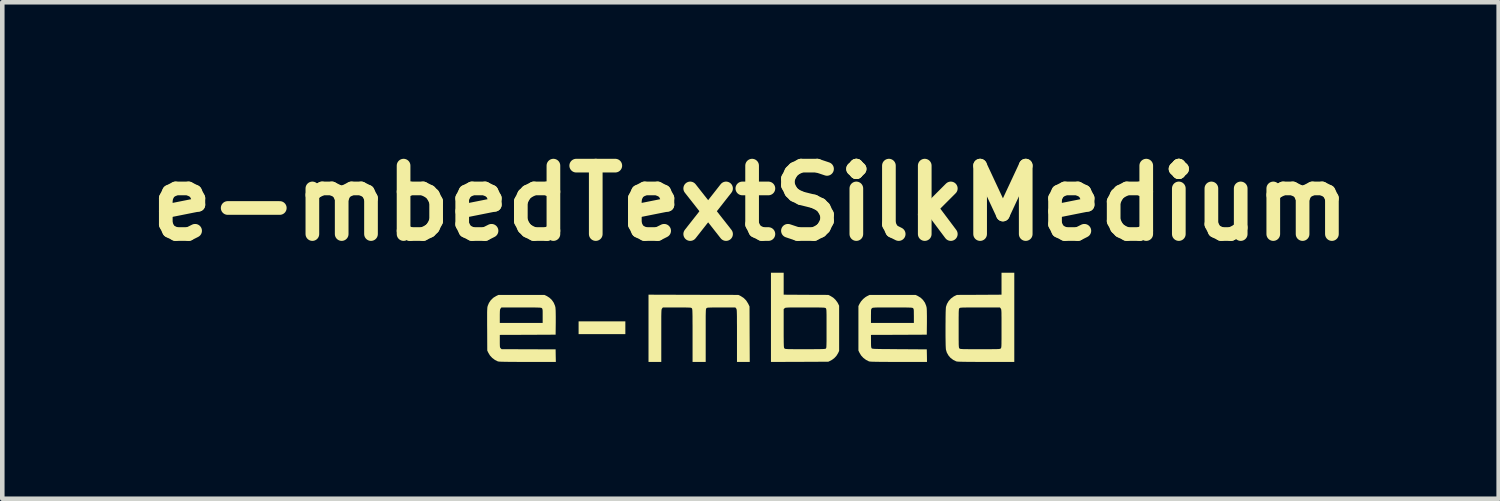
<source format=kicad_pcb>
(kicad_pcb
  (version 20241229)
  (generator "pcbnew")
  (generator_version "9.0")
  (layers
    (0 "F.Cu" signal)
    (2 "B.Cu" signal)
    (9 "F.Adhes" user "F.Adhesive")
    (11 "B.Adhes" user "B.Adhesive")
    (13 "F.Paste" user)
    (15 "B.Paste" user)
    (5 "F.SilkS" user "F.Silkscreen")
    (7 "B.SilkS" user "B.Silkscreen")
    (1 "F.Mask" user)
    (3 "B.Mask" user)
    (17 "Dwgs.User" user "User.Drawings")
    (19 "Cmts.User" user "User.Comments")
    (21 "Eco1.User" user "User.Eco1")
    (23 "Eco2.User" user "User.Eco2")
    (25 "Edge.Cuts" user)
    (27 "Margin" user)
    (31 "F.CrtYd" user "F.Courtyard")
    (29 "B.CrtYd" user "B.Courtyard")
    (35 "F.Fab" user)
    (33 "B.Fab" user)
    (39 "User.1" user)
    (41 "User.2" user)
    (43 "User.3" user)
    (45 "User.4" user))
  (footprint "e-mbedTextSilkMedium"
    (layer "F.Cu")
    (at 13.407 3.904)
    (property "Reference" "e-mbedTextSilkMedium" (at 0 -2.5 0) (layer "F.SilkS") (effects (font (size 1.5 1.5) (thickness 0.3))))
    (attr board_only exclude_from_pos_files exclude_from_bom)
    (fp_poly (pts (xy -2.744 0.233) (xy -2.744 0.373) (xy -3.257 0.373) (xy -3.769 0.373) (xy -3.769 0.233) (xy -3.769 0.093) (xy -3.257 0.093) (xy -2.744 0.093)) (stroke (width 0) (type solid)) (fill yes) (layer "F.SilkS"))
    (fp_poly (pts (xy -4.472 -0.465) (xy -4.409 -0.426) (xy -4.355 -0.375) (xy -4.314 -0.315) (xy -4.286 -0.248) (xy -4.277 -0.212) (xy -4.275 -0.185) (xy -4.272 -0.142) (xy -4.271 -0.084) (xy -4.27 -0.014) (xy -4.27 0.068) (xy -4.27 0.114) (xy -4.273 0.385) (xy -4.885 0.388) (xy -5.497 0.39) (xy -5.497 0.528) (xy -5.497 0.579) (xy -5.496 0.617) (xy -5.495 0.642) (xy -5.492 0.66) (xy -5.488 0.671) (xy -5.483 0.679) (xy -5.477 0.684) (xy -5.458 0.703) (xy -4.865 0.705) (xy -4.273 0.707) (xy -4.271 0.845) (xy -4.268 0.982) (xy -4.889 0.982) (xy -5.012 0.982) (xy -5.12 0.982) (xy -5.212 0.981) (xy -5.291 0.981) (xy -5.357 0.98) (xy -5.411 0.979) (xy -5.454 0.978) (xy -5.487 0.977) (xy -5.512 0.975) (xy -5.529 0.973) (xy -5.539 0.971) (xy -5.54 0.971) (xy -5.604 0.939) (xy -5.663 0.895) (xy -5.713 0.841) (xy -5.749 0.781) (xy -5.772 0.733) (xy -5.774 0.268) (xy -5.775 0.166) (xy -5.775 0.079) (xy -5.775 0.006) (xy -5.775 -0.02) (xy -5.497 -0.02) (xy -5.497 0.127) (xy -5.027 0.127) (xy -4.557 0.127) (xy -4.557 -0.025) (xy -4.557 -0.08) (xy -4.557 -0.12) (xy -4.558 -0.149) (xy -4.561 -0.168) (xy -4.564 -0.181) (xy -4.569 -0.19) (xy -4.574 -0.195) (xy -4.578 -0.199) (xy -4.583 -0.202) (xy -4.591 -0.204) (xy -4.603 -0.206) (xy -4.621 -0.208) (xy -4.646 -0.209) (xy -4.678 -0.21) (xy -4.721 -0.211) (xy -4.775 -0.211) (xy -4.841 -0.212) (xy -4.921 -0.212) (xy -5.017 -0.212) (xy -5.026 -0.212) (xy -5.462 -0.212) (xy -5.479 -0.189) (xy -5.486 -0.18) (xy -5.49 -0.169) (xy -5.493 -0.154) (xy -5.495 -0.131) (xy -5.496 -0.099) (xy -5.497 -0.054) (xy -5.497 -0.02) (xy -5.775 -0.02) (xy -5.775 -0.054) (xy -5.775 -0.103) (xy -5.774 -0.143) (xy -5.772 -0.174) (xy -5.771 -0.198) (xy -5.769 -0.217) (xy -5.766 -0.231) (xy -5.763 -0.244) (xy -5.763 -0.244) (xy -5.735 -0.311) (xy -5.694 -0.372) (xy -5.64 -0.424) (xy -5.578 -0.463) (xy -5.574 -0.464) (xy -5.526 -0.487) (xy -5.022 -0.487) (xy -4.518 -0.487)) (stroke (width 0) (type solid)) (fill yes) (layer "F.SilkS"))
    (fp_poly (pts (xy -1.251 -0.489) (xy -0.266 -0.487) (xy -0.211 -0.46) (xy -0.149 -0.42) (xy -0.096 -0.367) (xy -0.054 -0.301) (xy -0.048 -0.29) (xy -0.021 -0.233) (xy -0.019 0.375) (xy -0.016 0.982) (xy -0.156 0.982) (xy -0.296 0.982) (xy -0.296 0.408) (xy -0.296 0.295) (xy -0.296 0.198) (xy -0.297 0.116) (xy -0.297 0.047) (xy -0.297 -0.011) (xy -0.298 -0.057) (xy -0.299 -0.094) (xy -0.3 -0.123) (xy -0.301 -0.144) (xy -0.303 -0.16) (xy -0.305 -0.171) (xy -0.307 -0.179) (xy -0.31 -0.184) (xy -0.314 -0.189) (xy -0.314 -0.189) (xy -0.332 -0.212) (xy -0.64 -0.212) (xy -0.721 -0.212) (xy -0.786 -0.212) (xy -0.838 -0.211) (xy -0.878 -0.21) (xy -0.907 -0.209) (xy -0.929 -0.208) (xy -0.944 -0.206) (xy -0.954 -0.203) (xy -0.96 -0.199) (xy -0.965 -0.195) (xy -0.966 -0.195) (xy -0.969 -0.191) (xy -0.972 -0.186) (xy -0.974 -0.179) (xy -0.976 -0.169) (xy -0.978 -0.154) (xy -0.979 -0.132) (xy -0.98 -0.104) (xy -0.981 -0.067) (xy -0.982 -0.021) (xy -0.982 0.036) (xy -0.982 0.105) (xy -0.982 0.187) (xy -0.982 0.284) (xy -0.982 0.396) (xy -0.982 0.402) (xy -0.982 0.982) (xy -1.126 0.982) (xy -1.27 0.982) (xy -1.27 0.402) (xy -1.27 0.289) (xy -1.27 0.192) (xy -1.271 0.109) (xy -1.271 0.039) (xy -1.271 -0.019) (xy -1.272 -0.065) (xy -1.273 -0.103) (xy -1.274 -0.131) (xy -1.275 -0.153) (xy -1.277 -0.168) (xy -1.279 -0.179) (xy -1.281 -0.186) (xy -1.284 -0.191) (xy -1.287 -0.195) (xy -1.287 -0.195) (xy -1.292 -0.199) (xy -1.299 -0.203) (xy -1.308 -0.206) (xy -1.323 -0.208) (xy -1.344 -0.209) (xy -1.373 -0.21) (xy -1.413 -0.211) (xy -1.464 -0.212) (xy -1.528 -0.212) (xy -1.608 -0.212) (xy -1.613 -0.212) (xy -1.921 -0.212) (xy -1.939 -0.189) (xy -1.942 -0.185) (xy -1.945 -0.179) (xy -1.948 -0.172) (xy -1.95 -0.161) (xy -1.952 -0.146) (xy -1.953 -0.125) (xy -1.954 -0.098) (xy -1.955 -0.062) (xy -1.956 -0.016) (xy -1.956 0.039) (xy -1.956 0.107) (xy -1.956 0.188) (xy -1.956 0.283) (xy -1.956 0.394) (xy -1.956 0.408) (xy -1.956 0.982) (xy -2.096 0.982) (xy -2.236 0.982) (xy -2.236 0.245) (xy -2.236 -0.492)) (stroke (width 0) (type solid)) (fill yes) (layer "F.SilkS"))
    (fp_poly (pts (xy 0.728 -0.733) (xy 0.728 -0.492) (xy 1.217 -0.489) (xy 1.707 -0.487) (xy 1.757 -0.462) (xy 1.814 -0.427) (xy 1.865 -0.379) (xy 1.906 -0.324) (xy 1.919 -0.301) (xy 1.944 -0.25) (xy 1.944 0.246) (xy 1.944 0.741) (xy 1.921 0.79) (xy 1.884 0.85) (xy 1.834 0.903) (xy 1.774 0.945) (xy 1.763 0.951) (xy 1.707 0.978) (xy 1.078 0.981) (xy 0.449 0.983) (xy 0.449 0.004) (xy 0.449 -0.175) (xy 0.728 -0.175) (xy 0.728 0.247) (xy 0.728 0.343) (xy 0.728 0.422) (xy 0.729 0.488) (xy 0.729 0.542) (xy 0.73 0.584) (xy 0.731 0.616) (xy 0.732 0.64) (xy 0.734 0.657) (xy 0.736 0.669) (xy 0.739 0.677) (xy 0.742 0.682) (xy 0.745 0.686) (xy 0.75 0.69) (xy 0.755 0.693) (xy 0.763 0.696) (xy 0.775 0.698) (xy 0.793 0.699) (xy 0.817 0.701) (xy 0.85 0.702) (xy 0.892 0.702) (xy 0.946 0.703) (xy 1.012 0.703) (xy 1.092 0.703) (xy 1.187 0.703) (xy 1.2 0.703) (xy 1.298 0.703) (xy 1.38 0.703) (xy 1.449 0.702) (xy 1.504 0.702) (xy 1.549 0.701) (xy 1.583 0.7) (xy 1.608 0.699) (xy 1.627 0.697) (xy 1.639 0.695) (xy 1.647 0.693) (xy 1.652 0.689) (xy 1.653 0.689) (xy 1.656 0.685) (xy 1.659 0.679) (xy 1.662 0.67) (xy 1.664 0.656) (xy 1.665 0.636) (xy 1.666 0.608) (xy 1.667 0.571) (xy 1.668 0.524) (xy 1.668 0.464) (xy 1.668 0.392) (xy 1.668 0.305) (xy 1.668 0.249) (xy 1.668 0.153) (xy 1.668 0.072) (xy 1.668 0.006) (xy 1.668 -0.048) (xy 1.667 -0.091) (xy 1.666 -0.123) (xy 1.665 -0.148) (xy 1.663 -0.165) (xy 1.661 -0.177) (xy 1.658 -0.185) (xy 1.655 -0.191) (xy 1.652 -0.195) (xy 1.647 -0.199) (xy 1.642 -0.202) (xy 1.634 -0.204) (xy 1.622 -0.206) (xy 1.604 -0.208) (xy 1.579 -0.209) (xy 1.546 -0.21) (xy 1.504 -0.211) (xy 1.45 -0.211) (xy 1.383 -0.212) (xy 1.303 -0.212) (xy 1.207 -0.212) (xy 1.201 -0.212) (xy 1.104 -0.212) (xy 1.023 -0.212) (xy 0.956 -0.211) (xy 0.902 -0.211) (xy 0.858 -0.211) (xy 0.825 -0.21) (xy 0.8 -0.208) (xy 0.782 -0.207) (xy 0.769 -0.205) (xy 0.76 -0.202) (xy 0.754 -0.199) (xy 0.75 -0.195) (xy 0.748 -0.193) (xy 0.728 -0.175) (xy 0.449 -0.175) (xy 0.449 -0.974) (xy 0.589 -0.974) (xy 0.728 -0.974)) (stroke (width 0) (type solid)) (fill yes) (layer "F.SilkS"))
    (fp_poly (pts (xy 3.667 -0.465) (xy 3.731 -0.426) (xy 3.784 -0.375) (xy 3.826 -0.315) (xy 3.853 -0.248) (xy 3.862 -0.212) (xy 3.865 -0.185) (xy 3.867 -0.142) (xy 3.868 -0.084) (xy 3.869 -0.014) (xy 3.869 0.068) (xy 3.869 0.114) (xy 3.866 0.385) (xy 3.254 0.388) (xy 2.642 0.39) (xy 2.643 0.527) (xy 2.643 0.582) (xy 2.644 0.622) (xy 2.646 0.65) (xy 2.65 0.668) (xy 2.654 0.68) (xy 2.656 0.682) (xy 2.659 0.685) (xy 2.663 0.688) (xy 2.669 0.69) (xy 2.679 0.692) (xy 2.694 0.694) (xy 2.715 0.696) (xy 2.742 0.697) (xy 2.778 0.698) (xy 2.824 0.699) (xy 2.88 0.7) (xy 2.949 0.7) (xy 3.03 0.701) (xy 3.126 0.702) (xy 3.237 0.703) (xy 3.267 0.703) (xy 3.866 0.707) (xy 3.869 0.845) (xy 3.871 0.982) (xy 3.25 0.982) (xy 3.127 0.982) (xy 3.02 0.982) (xy 2.927 0.981) (xy 2.848 0.981) (xy 2.782 0.98) (xy 2.728 0.979) (xy 2.685 0.978) (xy 2.652 0.977) (xy 2.627 0.975) (xy 2.61 0.973) (xy 2.6 0.971) (xy 2.599 0.971) (xy 2.535 0.939) (xy 2.476 0.895) (xy 2.426 0.841) (xy 2.39 0.781) (xy 2.367 0.733) (xy 2.367 0.246) (xy 2.367 -0.03) (xy 2.642 -0.03) (xy 2.642 -0.024) (xy 2.642 0.127) (xy 3.113 0.127) (xy 3.583 0.127) (xy 3.583 -0.025) (xy 3.582 -0.08) (xy 3.582 -0.12) (xy 3.581 -0.149) (xy 3.579 -0.168) (xy 3.575 -0.181) (xy 3.57 -0.19) (xy 3.566 -0.195) (xy 3.561 -0.199) (xy 3.556 -0.202) (xy 3.548 -0.204) (xy 3.536 -0.206) (xy 3.518 -0.208) (xy 3.493 -0.209) (xy 3.461 -0.21) (xy 3.418 -0.211) (xy 3.364 -0.211) (xy 3.298 -0.212) (xy 3.217 -0.212) (xy 3.121 -0.212) (xy 3.115 -0.212) (xy 3.018 -0.212) (xy 2.937 -0.212) (xy 2.87 -0.211) (xy 2.816 -0.211) (xy 2.772 -0.211) (xy 2.739 -0.21) (xy 2.714 -0.208) (xy 2.696 -0.207) (xy 2.683 -0.205) (xy 2.674 -0.202) (xy 2.669 -0.199) (xy 2.664 -0.195) (xy 2.662 -0.193) (xy 2.655 -0.186) (xy 2.65 -0.178) (xy 2.646 -0.166) (xy 2.644 -0.148) (xy 2.643 -0.121) (xy 2.643 -0.082) (xy 2.642 -0.03) (xy 2.367 -0.03) (xy 2.367 -0.241) (xy 2.389 -0.288) (xy 2.424 -0.345) (xy 2.47 -0.397) (xy 2.523 -0.44) (xy 2.556 -0.459) (xy 2.612 -0.487) (xy 3.117 -0.487) (xy 3.621 -0.487)) (stroke (width 0) (type solid)) (fill yes) (layer "F.SilkS"))
    (fp_poly (pts (xy 5.785 0.004) (xy 5.785 0.982) (xy 5.164 0.982) (xy 5.041 0.982) (xy 4.934 0.982) (xy 4.841 0.981) (xy 4.762 0.981) (xy 4.696 0.98) (xy 4.642 0.979) (xy 4.599 0.978) (xy 4.566 0.977) (xy 4.541 0.975) (xy 4.524 0.973) (xy 4.514 0.971) (xy 4.513 0.971) (xy 4.446 0.938) (xy 4.387 0.894) (xy 4.34 0.839) (xy 4.305 0.776) (xy 4.286 0.712) (xy 4.284 0.692) (xy 4.282 0.658) (xy 4.28 0.611) (xy 4.279 0.553) (xy 4.278 0.486) (xy 4.277 0.413) (xy 4.277 0.336) (xy 4.277 0.256) (xy 4.277 0.246) (xy 4.565 0.246) (xy 4.565 0.341) (xy 4.565 0.421) (xy 4.565 0.487) (xy 4.566 0.541) (xy 4.566 0.583) (xy 4.567 0.615) (xy 4.569 0.64) (xy 4.57 0.657) (xy 4.573 0.669) (xy 4.575 0.677) (xy 4.578 0.682) (xy 4.582 0.686) (xy 4.586 0.69) (xy 4.592 0.693) (xy 4.6 0.696) (xy 4.612 0.698) (xy 4.63 0.699) (xy 4.654 0.701) (xy 4.687 0.702) (xy 4.729 0.702) (xy 4.783 0.703) (xy 4.849 0.703) (xy 4.929 0.703) (xy 5.025 0.703) (xy 5.035 0.703) (xy 5.132 0.703) (xy 5.214 0.703) (xy 5.281 0.703) (xy 5.336 0.702) (xy 5.38 0.702) (xy 5.413 0.701) (xy 5.439 0.7) (xy 5.457 0.698) (xy 5.469 0.696) (xy 5.478 0.693) (xy 5.484 0.69) (xy 5.488 0.686) (xy 5.488 0.686) (xy 5.492 0.682) (xy 5.495 0.676) (xy 5.498 0.668) (xy 5.5 0.655) (xy 5.502 0.637) (xy 5.503 0.612) (xy 5.504 0.579) (xy 5.504 0.535) (xy 5.505 0.481) (xy 5.505 0.413) (xy 5.505 0.331) (xy 5.505 0.251) (xy 5.505 0.156) (xy 5.505 0.077) (xy 5.505 0.011) (xy 5.504 -0.042) (xy 5.504 -0.084) (xy 5.503 -0.116) (xy 5.501 -0.14) (xy 5.5 -0.157) (xy 5.497 -0.17) (xy 5.495 -0.178) (xy 5.491 -0.184) (xy 5.488 -0.189) (xy 5.47 -0.212) (xy 5.034 -0.212) (xy 4.937 -0.212) (xy 4.856 -0.212) (xy 4.788 -0.211) (xy 4.734 -0.211) (xy 4.69 -0.21) (xy 4.657 -0.21) (xy 4.631 -0.208) (xy 4.613 -0.207) (xy 4.601 -0.205) (xy 4.592 -0.202) (xy 4.587 -0.199) (xy 4.582 -0.195) (xy 4.582 -0.195) (xy 4.578 -0.191) (xy 4.575 -0.185) (xy 4.572 -0.177) (xy 4.57 -0.164) (xy 4.569 -0.147) (xy 4.567 -0.122) (xy 4.566 -0.088) (xy 4.566 -0.045) (xy 4.565 0.009) (xy 4.565 0.077) (xy 4.565 0.158) (xy 4.565 0.246) (xy 4.277 0.246) (xy 4.277 0.177) (xy 4.278 0.098) (xy 4.278 0.024) (xy 4.279 -0.044) (xy 4.28 -0.105) (xy 4.282 -0.155) (xy 4.284 -0.193) (xy 4.286 -0.217) (xy 4.286 -0.222) (xy 4.309 -0.29) (xy 4.346 -0.353) (xy 4.395 -0.407) (xy 4.454 -0.451) (xy 4.48 -0.465) (xy 4.527 -0.487) (xy 5.016 -0.489) (xy 5.505 -0.492) (xy 5.505 -0.733) (xy 5.505 -0.974) (xy 5.645 -0.974) (xy 5.785 -0.974)) (stroke (width 0) (type solid)) (fill yes) (layer "F.SilkS")))
  (gr_rect
    (start -3 -3)
    (end 29.814 7.887)
    (stroke (width 0.1) (type default))
    (fill no)
    (layer "Edge.Cuts")))
</source>
